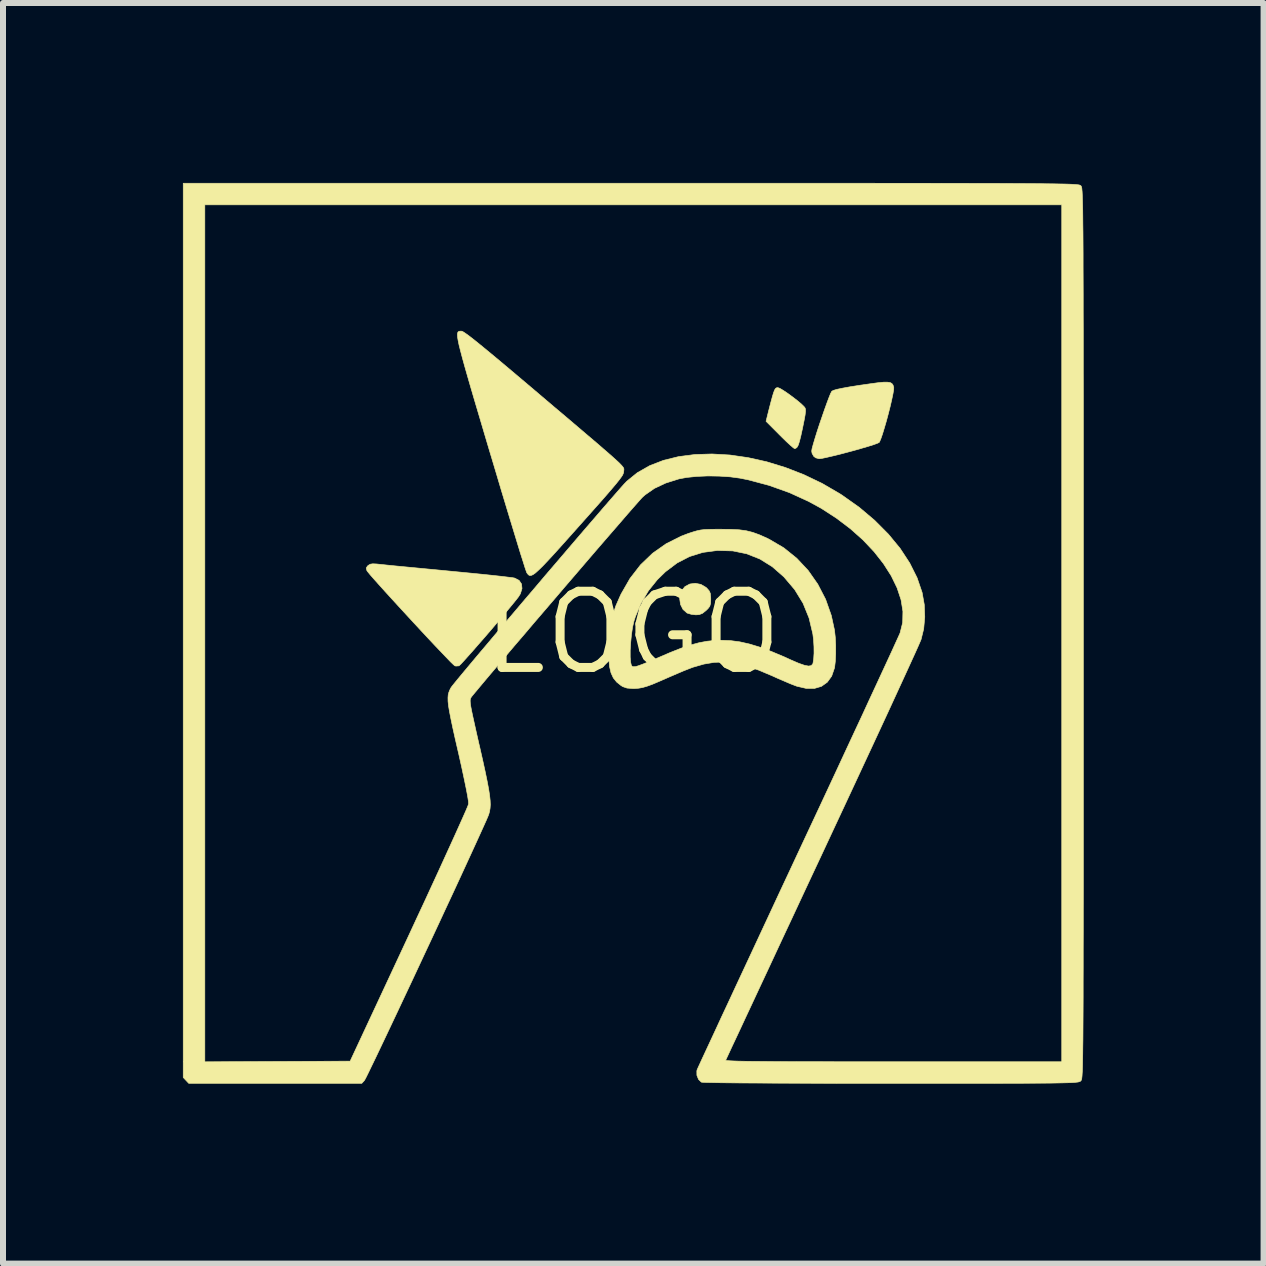
<source format=kicad_pcb>
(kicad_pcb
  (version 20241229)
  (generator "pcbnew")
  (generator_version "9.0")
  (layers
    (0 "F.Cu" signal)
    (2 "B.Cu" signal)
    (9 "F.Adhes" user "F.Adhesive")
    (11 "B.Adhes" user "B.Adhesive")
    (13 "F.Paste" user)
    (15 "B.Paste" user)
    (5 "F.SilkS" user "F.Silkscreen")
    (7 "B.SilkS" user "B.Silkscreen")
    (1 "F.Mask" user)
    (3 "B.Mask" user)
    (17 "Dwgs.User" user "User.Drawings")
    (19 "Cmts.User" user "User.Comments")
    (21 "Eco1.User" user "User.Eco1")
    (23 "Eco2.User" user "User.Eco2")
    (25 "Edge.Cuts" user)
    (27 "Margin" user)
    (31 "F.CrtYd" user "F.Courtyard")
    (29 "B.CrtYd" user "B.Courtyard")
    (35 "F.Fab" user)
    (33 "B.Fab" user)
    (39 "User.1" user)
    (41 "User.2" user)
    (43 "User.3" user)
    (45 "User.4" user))
  (footprint "LOGO"
    (layer "F.Cu")
    (at 7.498 7.498)
    (property "Reference" "LOGO" (at 0 0 0) (layer "F.SilkS") (effects (font (size 1.27 1.27) (thickness 0.15))))
    (attr through_hole)
    (fp_poly (pts (xy 1.137 -0.805) (xy 1.221 -0.756) (xy 1.236 -0.743) (xy 1.275 -0.698) (xy 1.295 -0.654) (xy 1.301 -0.593) (xy 1.302 -0.559) (xy 1.299 -0.488) (xy 1.286 -0.441) (xy 1.256 -0.401) (xy 1.223 -0.369) (xy 1.164 -0.322) (xy 1.11 -0.301) (xy 1.053 -0.297) (xy 0.981 -0.305) (xy 0.916 -0.324) (xy 0.905 -0.329) (xy 0.839 -0.388) (xy 0.798 -0.47) (xy 0.784 -0.566) (xy 0.8 -0.663) (xy 0.815 -0.699) (xy 0.873 -0.769) (xy 0.953 -0.811) (xy 1.044 -0.823) (xy 1.137 -0.805)) (stroke (width 0.01) (type solid)) (fill yes) (layer "F.SilkS"))
    (fp_poly (pts (xy 2.456 -4.072) (xy 2.513 -4.038) (xy 2.586 -3.989) (xy 2.665 -3.931) (xy 2.743 -3.871) (xy 2.81 -3.815) (xy 2.858 -3.768) (xy 2.872 -3.751) (xy 2.881 -3.728) (xy 2.882 -3.69) (xy 2.875 -3.629) (xy 2.859 -3.541) (xy 2.834 -3.418) (xy 2.832 -3.408) (xy 2.804 -3.28) (xy 2.781 -3.189) (xy 2.761 -3.127) (xy 2.741 -3.091) (xy 2.72 -3.074) (xy 2.698 -3.069) (xy 2.677 -3.084) (xy 2.631 -3.123) (xy 2.567 -3.182) (xy 2.491 -3.256) (xy 2.45 -3.297) (xy 2.224 -3.524) (xy 2.266 -3.694) (xy 2.301 -3.83) (xy 2.328 -3.93) (xy 2.349 -4) (xy 2.366 -4.045) (xy 2.382 -4.071) (xy 2.398 -4.082) (xy 2.418 -4.085) (xy 2.422 -4.085) (xy 2.456 -4.072)) (stroke (width 0.01) (type solid)) (fill yes) (layer "F.SilkS"))
    (fp_poly (pts (xy 4.295 -4.169) (xy 4.323 -4.153) (xy 4.341 -4.128) (xy 4.352 -4.093) (xy 4.353 -4.092) (xy 4.352 -4.053) (xy 4.34 -3.982) (xy 4.32 -3.886) (xy 4.294 -3.773) (xy 4.263 -3.651) (xy 4.23 -3.528) (xy 4.196 -3.412) (xy 4.165 -3.31) (xy 4.137 -3.23) (xy 4.116 -3.181) (xy 4.109 -3.171) (xy 4.08 -3.157) (xy 4.017 -3.134) (xy 3.927 -3.106) (xy 3.818 -3.074) (xy 3.696 -3.039) (xy 3.569 -3.005) (xy 3.444 -2.972) (xy 3.328 -2.944) (xy 3.229 -2.921) (xy 3.153 -2.905) (xy 3.108 -2.9) (xy 3.108 -2.9) (xy 3.052 -2.915) (xy 3.02 -2.939) (xy 2.991 -2.99) (xy 2.985 -3.028) (xy 2.991 -3.068) (xy 3.01 -3.138) (xy 3.038 -3.233) (xy 3.073 -3.346) (xy 3.113 -3.468) (xy 3.156 -3.594) (xy 3.198 -3.716) (xy 3.238 -3.827) (xy 3.273 -3.92) (xy 3.3 -3.987) (xy 3.319 -4.023) (xy 3.32 -4.025) (xy 3.349 -4.04) (xy 3.407 -4.057) (xy 3.498 -4.076) (xy 3.624 -4.099) (xy 3.79 -4.125) (xy 3.803 -4.127) (xy 3.965 -4.15) (xy 4.09 -4.167) (xy 4.183 -4.176) (xy 4.249 -4.176) (xy 4.295 -4.169)) (stroke (width 0.01) (type solid)) (fill yes) (layer "F.SilkS"))
    (fp_poly (pts (xy -4.268 -1.145) (xy -4.23 -1.141) (xy -4.182 -1.136) (xy -4.097 -1.127) (xy -3.979 -1.115) (xy -3.833 -1.101) (xy -3.664 -1.085) (xy -3.477 -1.067) (xy -3.276 -1.048) (xy -3.069 -1.028) (xy -2.862 -1.008) (xy -2.667 -0.989) (xy -2.486 -0.971) (xy -2.325 -0.954) (xy -2.188 -0.939) (xy -2.08 -0.926) (xy -2.005 -0.917) (xy -1.967 -0.91) (xy -1.967 -0.91) (xy -1.894 -0.872) (xy -1.853 -0.812) (xy -1.845 -0.735) (xy -1.872 -0.649) (xy -1.901 -0.601) (xy -1.941 -0.549) (xy -2.001 -0.475) (xy -2.078 -0.382) (xy -2.166 -0.276) (xy -2.264 -0.161) (xy -2.366 -0.041) (xy -2.469 0.079) (xy -2.57 0.194) (xy -2.663 0.301) (xy -2.746 0.394) (xy -2.814 0.47) (xy -2.864 0.524) (xy -2.892 0.55) (xy -2.895 0.553) (xy -2.945 0.557) (xy -2.965 0.553) (xy -2.987 0.534) (xy -3.034 0.489) (xy -3.102 0.418) (xy -3.188 0.328) (xy -3.29 0.221) (xy -3.403 0.101) (xy -3.524 -0.029) (xy -3.649 -0.164) (xy -3.776 -0.302) (xy -3.901 -0.438) (xy -4.02 -0.568) (xy -4.131 -0.69) (xy -4.229 -0.799) (xy -4.312 -0.892) (xy -4.375 -0.964) (xy -4.416 -1.014) (xy -4.431 -1.034) (xy -4.442 -1.077) (xy -4.422 -1.109) (xy -4.409 -1.121) (xy -4.376 -1.141) (xy -4.334 -1.148) (xy -4.268 -1.145)) (stroke (width 0.01) (type solid)) (fill yes) (layer "F.SilkS"))
    (fp_poly (pts (xy -2.835 -5.021) (xy -2.803 -5.001) (xy -2.754 -4.967) (xy -2.687 -4.916) (xy -2.601 -4.848) (xy -2.493 -4.76) (xy -2.362 -4.652) (xy -2.207 -4.523) (xy -2.024 -4.369) (xy -1.813 -4.191) (xy -1.572 -3.987) (xy -1.563 -3.979) (xy -1.317 -3.77) (xy -1.1 -3.587) (xy -0.912 -3.427) (xy -0.751 -3.29) (xy -0.613 -3.173) (xy -0.499 -3.074) (xy -0.404 -2.992) (xy -0.328 -2.925) (xy -0.268 -2.871) (xy -0.223 -2.829) (xy -0.191 -2.796) (xy -0.169 -2.771) (xy -0.155 -2.752) (xy -0.148 -2.737) (xy -0.146 -2.724) (xy -0.147 -2.712) (xy -0.148 -2.699) (xy -0.149 -2.691) (xy -0.151 -2.672) (xy -0.158 -2.65) (xy -0.171 -2.622) (xy -0.195 -2.587) (xy -0.23 -2.54) (xy -0.279 -2.479) (xy -0.344 -2.402) (xy -0.427 -2.305) (xy -0.531 -2.186) (xy -0.658 -2.043) (xy -0.81 -1.872) (xy -0.884 -1.789) (xy -1.055 -1.597) (xy -1.2 -1.435) (xy -1.322 -1.3) (xy -1.423 -1.191) (xy -1.505 -1.105) (xy -1.571 -1.041) (xy -1.622 -0.995) (xy -1.662 -0.967) (xy -1.693 -0.954) (xy -1.717 -0.953) (xy -1.736 -0.963) (xy -1.753 -0.982) (xy -1.765 -0.999) (xy -1.775 -1.026) (xy -1.797 -1.09) (xy -1.828 -1.19) (xy -1.87 -1.321) (xy -1.919 -1.482) (xy -1.976 -1.669) (xy -2.04 -1.879) (xy -2.11 -2.11) (xy -2.185 -2.358) (xy -2.263 -2.621) (xy -2.345 -2.895) (xy -2.372 -2.984) (xy -2.471 -3.317) (xy -2.558 -3.611) (xy -2.635 -3.87) (xy -2.701 -4.095) (xy -2.757 -4.289) (xy -2.804 -4.454) (xy -2.842 -4.592) (xy -2.872 -4.706) (xy -2.895 -4.798) (xy -2.91 -4.871) (xy -2.919 -4.926) (xy -2.922 -4.967) (xy -2.919 -4.994) (xy -2.912 -5.012) (xy -2.9 -5.022) (xy -2.884 -5.026) (xy -2.866 -5.027) (xy -2.854 -5.027) (xy -2.835 -5.021)) (stroke (width 0.01) (type solid)) (fill yes) (layer "F.SilkS"))
    (fp_poly (pts (xy 1.64 -1.722) (xy 1.777 -1.715) (xy 1.894 -1.699) (xy 2.002 -1.672) (xy 2.112 -1.632) (xy 2.234 -1.578) (xy 2.28 -1.555) (xy 2.52 -1.414) (xy 2.736 -1.24) (xy 2.926 -1.037) (xy 3.087 -0.807) (xy 3.217 -0.556) (xy 3.312 -0.286) (xy 3.365 -0.042) (xy 3.378 0.076) (xy 3.385 0.211) (xy 3.385 0.349) (xy 3.379 0.476) (xy 3.367 0.578) (xy 3.364 0.591) (xy 3.318 0.725) (xy 3.245 0.826) (xy 3.148 0.895) (xy 3.03 0.93) (xy 2.892 0.929) (xy 2.737 0.893) (xy 2.705 0.881) (xy 2.63 0.852) (xy 2.532 0.81) (xy 2.422 0.763) (xy 2.334 0.723) (xy 2.102 0.625) (xy 1.895 0.554) (xy 1.707 0.509) (xy 1.53 0.49) (xy 1.359 0.495) (xy 1.187 0.524) (xy 1.006 0.576) (xy 1.005 0.576) (xy 0.94 0.601) (xy 0.846 0.638) (xy 0.736 0.685) (xy 0.62 0.735) (xy 0.581 0.752) (xy 0.439 0.814) (xy 0.328 0.861) (xy 0.24 0.893) (xy 0.167 0.914) (xy 0.102 0.926) (xy 0.038 0.931) (xy -0.002 0.931) (xy -0.094 0.924) (xy -0.164 0.9) (xy -0.192 0.883) (xy -0.266 0.824) (xy -0.322 0.755) (xy -0.361 0.67) (xy -0.386 0.564) (xy -0.397 0.43) (xy -0.397 0.408) (xy -0.041 0.408) (xy -0.034 0.494) (xy -0.033 0.497) (xy -0.021 0.548) (xy -0.001 0.568) (xy 0.038 0.567) (xy 0.049 0.566) (xy 0.092 0.553) (xy 0.164 0.527) (xy 0.258 0.489) (xy 0.364 0.444) (xy 0.413 0.423) (xy 0.624 0.332) (xy 0.806 0.26) (xy 0.964 0.206) (xy 1.107 0.168) (xy 1.241 0.143) (xy 1.373 0.13) (xy 1.484 0.127) (xy 1.634 0.133) (xy 1.786 0.153) (xy 1.945 0.189) (xy 2.118 0.241) (xy 2.311 0.313) (xy 2.53 0.405) (xy 2.641 0.456) (xy 2.769 0.511) (xy 2.864 0.544) (xy 2.932 0.557) (xy 2.976 0.55) (xy 3.002 0.523) (xy 3.007 0.508) (xy 3.018 0.44) (xy 3.024 0.344) (xy 3.023 0.232) (xy 3.016 0.119) (xy 3.004 0.021) (xy 2.941 -0.244) (xy 2.841 -0.49) (xy 2.702 -0.717) (xy 2.525 -0.926) (xy 2.519 -0.932) (xy 2.327 -1.1) (xy 2.121 -1.228) (xy 1.902 -1.315) (xy 1.669 -1.363) (xy 1.422 -1.37) (xy 1.41 -1.37) (xy 1.17 -1.338) (xy 0.948 -1.269) (xy 0.741 -1.162) (xy 0.546 -1.015) (xy 0.41 -0.882) (xy 0.263 -0.699) (xy 0.139 -0.488) (xy 0.045 -0.265) (xy 0.021 -0.19) (xy -0.002 -0.09) (xy -0.02 0.033) (xy -0.033 0.165) (xy -0.041 0.295) (xy -0.041 0.408) (xy -0.397 0.408) (xy -0.398 0.263) (xy -0.396 0.212) (xy -0.385 0.016) (xy -0.364 -0.152) (xy -0.329 -0.304) (xy -0.278 -0.453) (xy -0.207 -0.614) (xy -0.192 -0.646) (xy -0.044 -0.904) (xy 0.131 -1.13) (xy 0.332 -1.323) (xy 0.559 -1.483) (xy 0.811 -1.609) (xy 0.926 -1.653) (xy 1.006 -1.679) (xy 1.071 -1.698) (xy 1.131 -1.711) (xy 1.197 -1.719) (xy 1.279 -1.722) (xy 1.386 -1.724) (xy 1.471 -1.724) (xy 1.64 -1.722)) (stroke (width 0.01) (type solid)) (fill yes) (layer "F.SilkS"))
    (fp_poly (pts (xy 0.636 -7.493) (xy 1.262 -7.493) (xy 1.849 -7.493) (xy 2.397 -7.493) (xy 2.908 -7.493) (xy 3.383 -7.493) (xy 3.824 -7.493) (xy 4.232 -7.492) (xy 4.608 -7.492) (xy 4.953 -7.492) (xy 5.269 -7.491) (xy 5.557 -7.491) (xy 5.819 -7.49) (xy 6.055 -7.49) (xy 6.267 -7.489) (xy 6.457 -7.488) (xy 6.625 -7.487) (xy 6.773 -7.486) (xy 6.902 -7.484) (xy 7.014 -7.483) (xy 7.11 -7.481) (xy 7.19 -7.48) (xy 7.258 -7.478) (xy 7.313 -7.476) (xy 7.357 -7.473) (xy 7.391 -7.471) (xy 7.418 -7.468) (xy 7.437 -7.466) (xy 7.45 -7.463) (xy 7.46 -7.459) (xy 7.466 -7.456) (xy 7.47 -7.452) (xy 7.472 -7.451) (xy 7.476 -7.447) (xy 7.479 -7.441) (xy 7.483 -7.433) (xy 7.486 -7.422) (xy 7.489 -7.405) (xy 7.491 -7.381) (xy 7.494 -7.35) (xy 7.496 -7.31) (xy 7.498 -7.259) (xy 7.5 -7.197) (xy 7.502 -7.121) (xy 7.504 -7.031) (xy 7.505 -6.926) (xy 7.506 -6.803) (xy 7.508 -6.662) (xy 7.509 -6.502) (xy 7.51 -6.32) (xy 7.51 -6.117) (xy 7.511 -5.89) (xy 7.512 -5.638) (xy 7.512 -5.359) (xy 7.513 -5.054) (xy 7.513 -4.719) (xy 7.513 -4.354) (xy 7.514 -3.958) (xy 7.514 -3.53) (xy 7.514 -3.067) (xy 7.514 -2.568) (xy 7.514 -2.033) (xy 7.514 -1.46) (xy 7.514 -0.848) (xy 7.514 -0.195) (xy 7.514 0.011) (xy 7.514 0.676) (xy 7.514 1.3) (xy 7.514 1.885) (xy 7.514 2.431) (xy 7.514 2.941) (xy 7.514 3.414) (xy 7.514 3.853) (xy 7.514 4.259) (xy 7.513 4.633) (xy 7.513 4.977) (xy 7.512 5.291) (xy 7.512 5.577) (xy 7.511 5.837) (xy 7.511 6.072) (xy 7.51 6.282) (xy 7.509 6.47) (xy 7.508 6.637) (xy 7.507 6.784) (xy 7.505 6.912) (xy 7.504 7.022) (xy 7.502 7.117) (xy 7.501 7.196) (xy 7.499 7.263) (xy 7.497 7.317) (xy 7.494 7.36) (xy 7.492 7.394) (xy 7.489 7.42) (xy 7.487 7.438) (xy 7.483 7.451) (xy 7.48 7.46) (xy 7.477 7.466) (xy 7.473 7.471) (xy 7.472 7.472) (xy 7.466 7.478) (xy 7.457 7.483) (xy 7.445 7.487) (xy 7.427 7.492) (xy 7.401 7.495) (xy 7.366 7.499) (xy 7.318 7.502) (xy 7.255 7.504) (xy 7.177 7.506) (xy 7.081 7.508) (xy 6.964 7.51) (xy 6.825 7.511) (xy 6.662 7.512) (xy 6.473 7.513) (xy 6.255 7.513) (xy 6.007 7.514) (xy 5.726 7.514) (xy 5.411 7.514) (xy 5.059 7.514) (xy 4.669 7.514) (xy 4.306 7.514) (xy 3.861 7.514) (xy 3.446 7.514) (xy 3.061 7.513) (xy 2.709 7.512) (xy 2.389 7.511) (xy 2.103 7.509) (xy 1.852 7.508) (xy 1.638 7.506) (xy 1.46 7.504) (xy 1.321 7.501) (xy 1.222 7.499) (xy 1.162 7.496) (xy 1.145 7.494) (xy 1.098 7.448) (xy 1.071 7.38) (xy 1.07 7.307) (xy 1.075 7.287) (xy 1.086 7.262) (xy 1.114 7.201) (xy 1.158 7.105) (xy 1.218 6.976) (xy 1.292 6.817) (xy 1.379 6.63) (xy 1.478 6.415) (xy 1.59 6.176) (xy 1.712 5.913) (xy 1.844 5.63) (xy 1.985 5.328) (xy 2.134 5.008) (xy 2.29 4.673) (xy 2.452 4.325) (xy 2.62 3.966) (xy 2.752 3.683) (xy 2.924 3.315) (xy 3.092 2.956) (xy 3.254 2.609) (xy 3.41 2.274) (xy 3.558 1.955) (xy 3.699 1.652) (xy 3.831 1.369) (xy 3.952 1.106) (xy 4.063 0.867) (xy 4.162 0.653) (xy 4.249 0.465) (xy 4.322 0.307) (xy 4.38 0.179) (xy 4.423 0.085) (xy 4.45 0.025) (xy 4.459 0.004) (xy 4.502 -0.169) (xy 4.506 -0.354) (xy 4.475 -0.547) (xy 4.409 -0.746) (xy 4.311 -0.948) (xy 4.182 -1.15) (xy 4.025 -1.35) (xy 3.841 -1.545) (xy 3.631 -1.732) (xy 3.399 -1.908) (xy 3.146 -2.072) (xy 2.932 -2.189) (xy 2.615 -2.334) (xy 2.276 -2.455) (xy 1.932 -2.547) (xy 1.789 -2.576) (xy 1.626 -2.598) (xy 1.444 -2.61) (xy 1.254 -2.613) (xy 1.068 -2.605) (xy 0.901 -2.588) (xy 0.773 -2.564) (xy 0.553 -2.495) (xy 0.363 -2.406) (xy 0.207 -2.297) (xy 0.165 -2.26) (xy 0.137 -2.23) (xy 0.084 -2.17) (xy 0.009 -2.085) (xy -0.087 -1.975) (xy -0.2 -1.844) (xy -0.329 -1.695) (xy -0.472 -1.53) (xy -0.625 -1.353) (xy -0.787 -1.164) (xy -0.955 -0.968) (xy -1.127 -0.768) (xy -1.301 -0.564) (xy -1.475 -0.361) (xy -1.646 -0.162) (xy -1.811 0.033) (xy -1.97 0.218) (xy -2.118 0.393) (xy -2.255 0.554) (xy -2.377 0.698) (xy -2.482 0.823) (xy -2.569 0.927) (xy -2.635 1.006) (xy -2.677 1.057) (xy -2.692 1.077) (xy -2.701 1.093) (xy -2.707 1.111) (xy -2.709 1.136) (xy -2.707 1.172) (xy -2.7 1.224) (xy -2.687 1.294) (xy -2.667 1.389) (xy -2.64 1.511) (xy -2.606 1.664) (xy -2.563 1.854) (xy -2.549 1.913) (xy -2.498 2.138) (xy -2.457 2.325) (xy -2.425 2.481) (xy -2.401 2.609) (xy -2.385 2.713) (xy -2.376 2.797) (xy -2.373 2.867) (xy -2.377 2.927) (xy -2.386 2.981) (xy -2.399 3.029) (xy -2.413 3.064) (xy -2.443 3.134) (xy -2.489 3.236) (xy -2.548 3.366) (xy -2.619 3.522) (xy -2.701 3.701) (xy -2.792 3.899) (xy -2.891 4.114) (xy -2.997 4.343) (xy -3.109 4.583) (xy -3.224 4.831) (xy -3.342 5.084) (xy -3.461 5.338) (xy -3.579 5.591) (xy -3.696 5.841) (xy -3.81 6.083) (xy -3.919 6.315) (xy -4.023 6.535) (xy -4.119 6.738) (xy -4.207 6.923) (xy -4.284 7.085) (xy -4.351 7.223) (xy -4.404 7.333) (xy -4.443 7.412) (xy -4.467 7.457) (xy -4.473 7.467) (xy -4.516 7.514) (xy -7.401 7.514) (xy -7.447 7.465) (xy -7.493 7.416) (xy -7.493 -7.133) (xy -7.133 -7.133) (xy -7.133 7.155) (xy -4.71 7.144) (xy -3.728 5.038) (xy -3.597 4.755) (xy -3.47 4.483) (xy -3.35 4.222) (xy -3.237 3.977) (xy -3.133 3.749) (xy -3.038 3.541) (xy -2.954 3.356) (xy -2.882 3.196) (xy -2.823 3.064) (xy -2.778 2.962) (xy -2.749 2.893) (xy -2.737 2.859) (xy -2.736 2.857) (xy -2.738 2.813) (xy -2.751 2.729) (xy -2.774 2.607) (xy -2.807 2.447) (xy -2.849 2.25) (xy -2.901 2.017) (xy -2.91 1.979) (xy -2.96 1.762) (xy -3 1.582) (xy -3.031 1.434) (xy -3.054 1.315) (xy -3.07 1.22) (xy -3.078 1.144) (xy -3.079 1.084) (xy -3.075 1.035) (xy -3.064 0.993) (xy -3.048 0.954) (xy -3.032 0.922) (xy -3.014 0.896) (xy -2.97 0.841) (xy -2.903 0.759) (xy -2.815 0.653) (xy -2.708 0.525) (xy -2.585 0.378) (xy -2.447 0.215) (xy -2.298 0.038) (xy -2.139 -0.15) (xy -1.972 -0.346) (xy -1.8 -0.549) (xy -1.625 -0.754) (xy -1.45 -0.961) (xy -1.275 -1.165) (xy -1.105 -1.364) (xy -0.94 -1.557) (xy -0.784 -1.739) (xy -0.637 -1.909) (xy -0.504 -2.064) (xy -0.385 -2.201) (xy -0.283 -2.318) (xy -0.201 -2.412) (xy -0.14 -2.48) (xy -0.102 -2.52) (xy -0.098 -2.524) (xy 0.078 -2.667) (xy 0.284 -2.784) (xy 0.514 -2.873) (xy 0.766 -2.935) (xy 1.037 -2.97) (xy 1.323 -2.979) (xy 1.62 -2.962) (xy 1.925 -2.918) (xy 2.235 -2.849) (xy 2.545 -2.754) (xy 2.854 -2.634) (xy 3.157 -2.489) (xy 3.451 -2.318) (xy 3.493 -2.291) (xy 3.778 -2.089) (xy 4.035 -1.872) (xy 4.263 -1.643) (xy 4.459 -1.405) (xy 4.619 -1.161) (xy 4.742 -0.915) (xy 4.826 -0.669) (xy 4.862 -0.467) (xy 4.87 -0.261) (xy 4.852 -0.062) (xy 4.808 0.116) (xy 4.792 0.153) (xy 4.76 0.227) (xy 4.712 0.334) (xy 4.648 0.474) (xy 4.571 0.643) (xy 4.48 0.841) (xy 4.377 1.065) (xy 4.263 1.313) (xy 4.138 1.583) (xy 4.004 1.872) (xy 3.861 2.179) (xy 3.711 2.502) (xy 3.554 2.839) (xy 3.391 3.188) (xy 3.224 3.546) (xy 3.155 3.694) (xy 2.987 4.052) (xy 2.824 4.401) (xy 2.667 4.738) (xy 2.516 5.06) (xy 2.373 5.367) (xy 2.239 5.655) (xy 2.113 5.924) (xy 1.998 6.171) (xy 1.894 6.393) (xy 1.802 6.591) (xy 1.723 6.76) (xy 1.657 6.9) (xy 1.607 7.008) (xy 1.572 7.083) (xy 1.554 7.122) (xy 1.551 7.128) (xy 1.557 7.132) (xy 1.58 7.135) (xy 1.62 7.138) (xy 1.681 7.141) (xy 1.763 7.144) (xy 1.869 7.146) (xy 2.001 7.148) (xy 2.159 7.149) (xy 2.347 7.151) (xy 2.565 7.152) (xy 2.817 7.153) (xy 3.102 7.153) (xy 3.424 7.154) (xy 3.784 7.154) (xy 4.183 7.154) (xy 4.347 7.154) (xy 7.154 7.154) (xy 7.154 -7.133) (xy -7.133 -7.133) (xy -7.493 -7.133) (xy -7.493 -7.493) (xy -0.032 -7.493) (xy 0.636 -7.493)) (stroke (width 0.01) (type solid)) (fill yes) (layer "F.SilkS")))
  (gr_rect
    (start -3 -3)
    (end 18.017 18.017)
    (stroke (width 0.1) (type default))
    (fill no)
    (layer "Edge.Cuts")))
</source>
